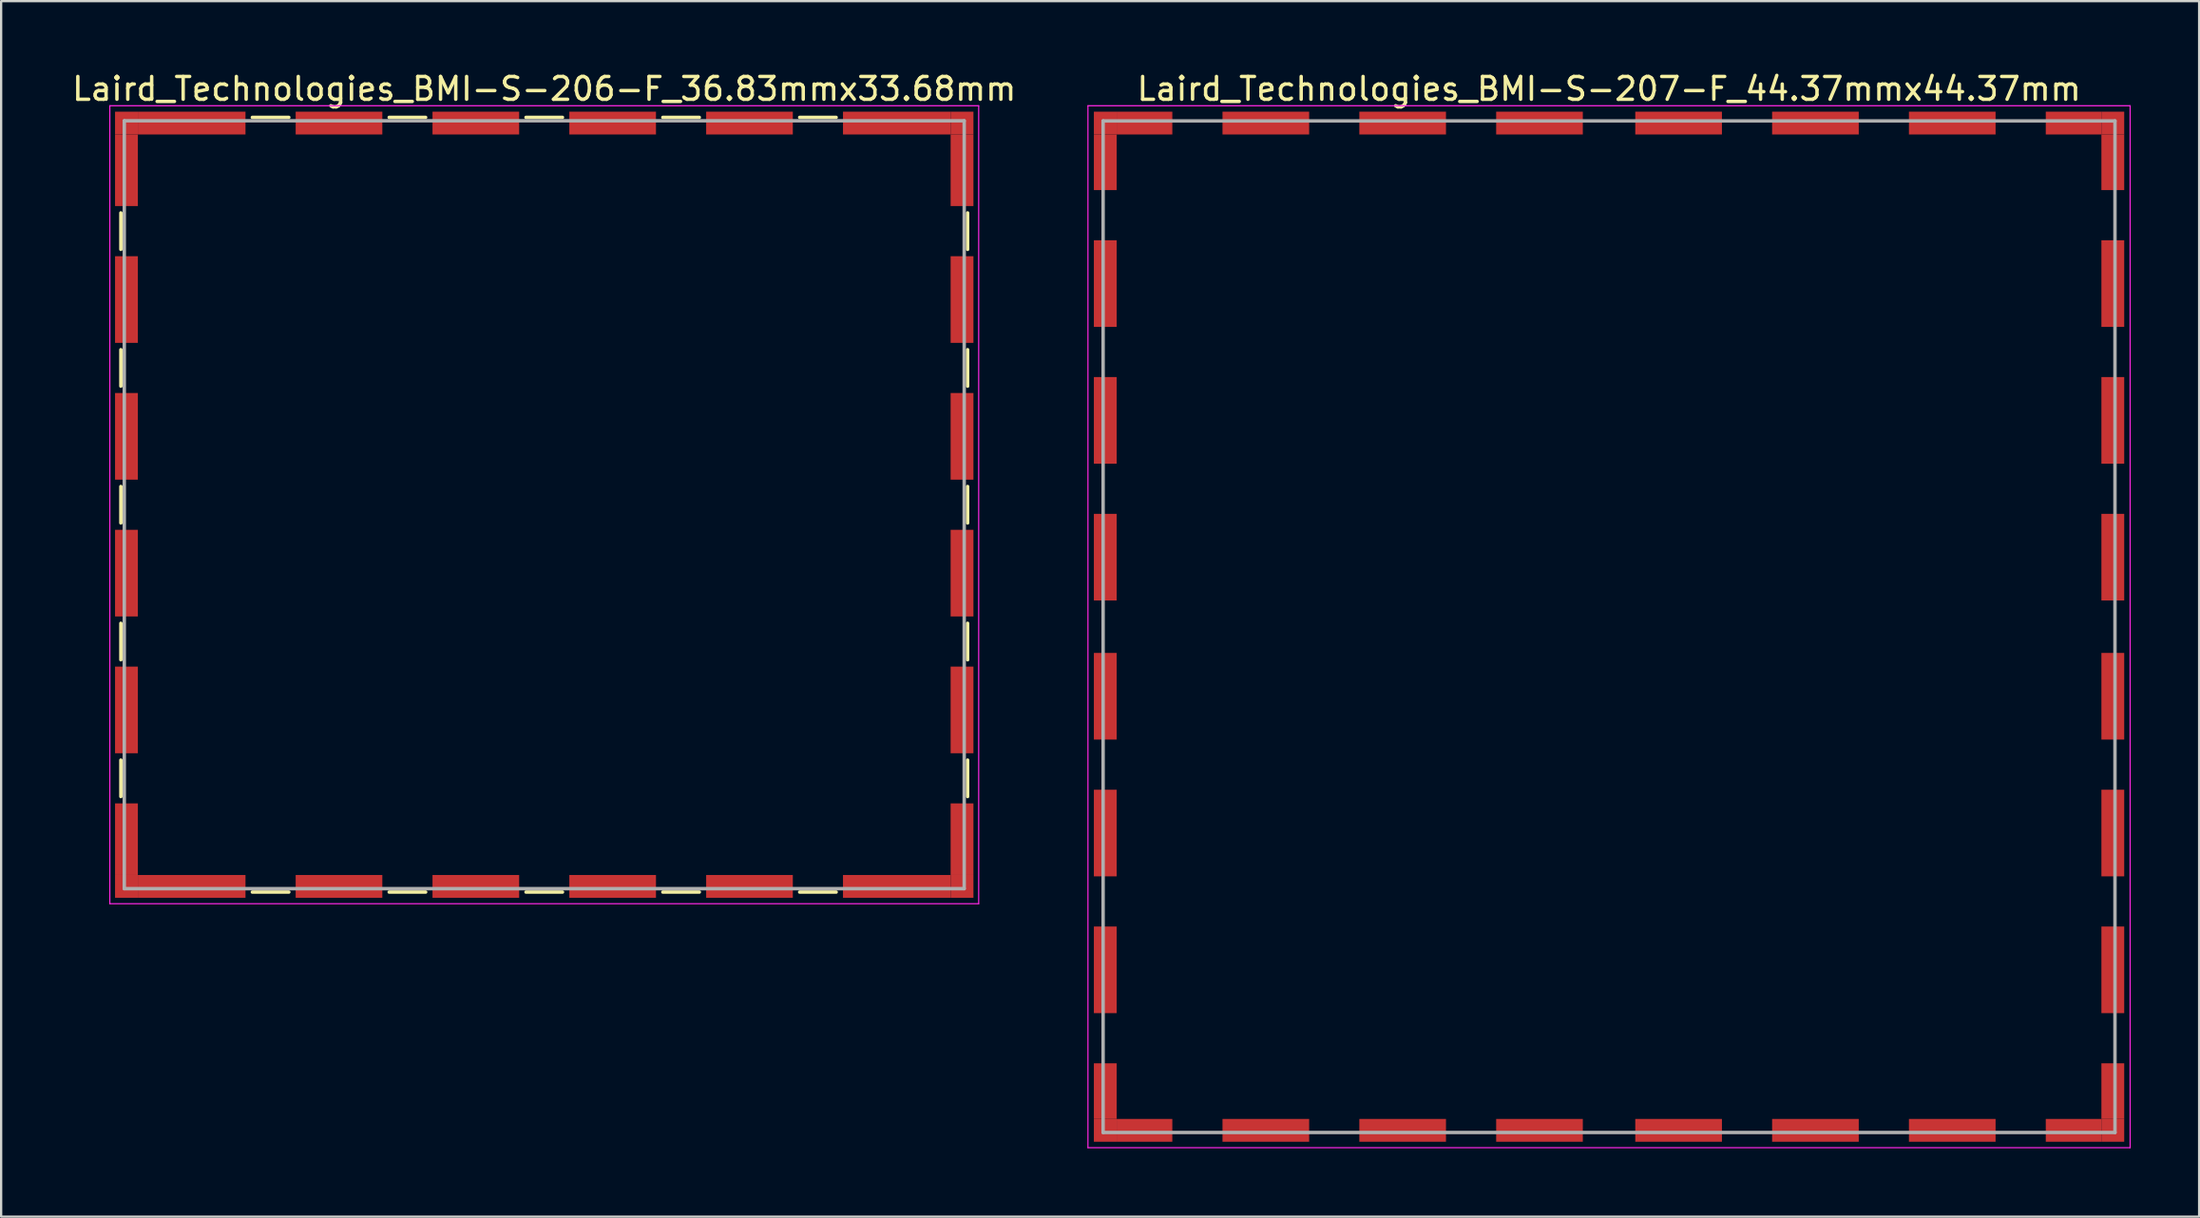
<source format=kicad_pcb>
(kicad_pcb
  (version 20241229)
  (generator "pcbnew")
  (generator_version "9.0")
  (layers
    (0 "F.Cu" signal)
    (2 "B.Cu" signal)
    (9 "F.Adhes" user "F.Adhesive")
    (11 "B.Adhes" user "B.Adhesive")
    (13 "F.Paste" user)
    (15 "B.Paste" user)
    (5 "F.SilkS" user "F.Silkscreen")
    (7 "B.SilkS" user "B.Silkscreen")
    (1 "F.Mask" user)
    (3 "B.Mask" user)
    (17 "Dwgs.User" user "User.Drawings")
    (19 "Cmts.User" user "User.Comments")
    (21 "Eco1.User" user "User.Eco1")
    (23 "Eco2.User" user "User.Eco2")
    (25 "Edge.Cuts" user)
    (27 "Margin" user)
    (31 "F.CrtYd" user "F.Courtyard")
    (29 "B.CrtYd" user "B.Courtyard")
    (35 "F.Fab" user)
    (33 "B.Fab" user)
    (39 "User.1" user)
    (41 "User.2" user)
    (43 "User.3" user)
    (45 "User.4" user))
  (footprint "Laird_Technologies_BMI-S-207-F_44.37mmx44.37mm"
    (layer "F.Cu")
    (at 67.506 24.438)
    (property "Reference" "Laird_Technologies_BMI-S-207-F_44.37mmx44.37mm" (at 0 -23.59 0) (layer "F.SilkS") (effects (font (size 1 1) (thickness 0.15))))
    (attr smd)
    (fp_line (start -22.85 -22.85) (end -22.85 22.85) (stroke (width 0.05) (type solid)) (layer "F.CrtYd"))
    (fp_line (start -22.85 22.85) (end 22.85 22.85) (stroke (width 0.05) (type solid)) (layer "F.CrtYd"))
    (fp_line (start 22.85 -22.85) (end -22.85 -22.85) (stroke (width 0.05) (type solid)) (layer "F.CrtYd"))
    (fp_line (start 22.85 22.85) (end 22.85 -22.85) (stroke (width 0.05) (type solid)) (layer "F.CrtYd"))
    (fp_line (start -22.185 -22.185) (end -22.185 22.185) (stroke (width 0.15) (type solid)) (layer "F.Fab"))
    (fp_line (start -22.185 22.185) (end 22.185 22.185) (stroke (width 0.15) (type solid)) (layer "F.Fab"))
    (fp_line (start 22.185 -22.185) (end -22.185 -22.185) (stroke (width 0.15) (type solid)) (layer "F.Fab"))
    (fp_line (start 22.185 22.185) (end 22.185 -22.185) (stroke (width 0.15) (type solid)) (layer "F.Fab"))
    (pad "1" smd rect (at -22.09 -22.09) (size 1 1) (layers "F.Cu" "F.Mask"))
    (pad "1" smd rect (at -22.09 -20.37) (size 1 2.44) (layers "F.Cu" "F.Mask"))
    (pad "1" smd rect (at -22.09 -15.05) (size 1 3.8) (layers "F.Cu" "F.Mask"))
    (pad "1" smd rect (at -22.09 -9.05) (size 1 3.8) (layers "F.Cu" "F.Mask"))
    (pad "1" smd rect (at -22.09 -3.05) (size 1 3.8) (layers "F.Cu" "F.Mask"))
    (pad "1" smd rect (at -22.09 3.05) (size 1 3.8) (layers "F.Cu" "F.Mask"))
    (pad "1" smd rect (at -22.09 9.05) (size 1 3.8) (layers "F.Cu" "F.Mask"))
    (pad "1" smd rect (at -22.09 15.05) (size 1 3.8) (layers "F.Cu" "F.Mask"))
    (pad "1" smd rect (at -22.09 20.37) (size 1 2.44) (layers "F.Cu" "F.Mask"))
    (pad "1" smd rect (at -22.09 22.09) (size 1 1) (layers "F.Cu" "F.Mask"))
    (pad "1" smd rect (at -20.37 -22.09) (size 2.44 1) (layers "F.Cu" "F.Mask"))
    (pad "1" smd rect (at -20.37 22.09) (size 2.44 1) (layers "F.Cu" "F.Mask"))
    (pad "1" smd rect (at -15.05 -22.09) (size 3.8 1) (layers "F.Cu" "F.Mask"))
    (pad "1" smd rect (at -15.05 22.09) (size 3.8 1) (layers "F.Cu" "F.Mask"))
    (pad "1" smd rect (at -9.05 -22.09) (size 3.8 1) (layers "F.Cu" "F.Mask"))
    (pad "1" smd rect (at -9.05 22.09) (size 3.8 1) (layers "F.Cu" "F.Mask"))
    (pad "1" smd rect (at -3.05 -22.09) (size 3.8 1) (layers "F.Cu" "F.Mask"))
    (pad "1" smd rect (at -3.05 22.09) (size 3.8 1) (layers "F.Cu" "F.Mask"))
    (pad "1" smd rect (at 3.05 -22.09) (size 3.8 1) (layers "F.Cu" "F.Mask"))
    (pad "1" smd rect (at 3.05 22.09) (size 3.8 1) (layers "F.Cu" "F.Mask"))
    (pad "1" smd rect (at 9.05 -22.09) (size 3.8 1) (layers "F.Cu" "F.Mask"))
    (pad "1" smd rect (at 9.05 22.09) (size 3.8 1) (layers "F.Cu" "F.Mask"))
    (pad "1" smd rect (at 15.05 -22.09) (size 3.8 1) (layers "F.Cu" "F.Mask"))
    (pad "1" smd rect (at 15.05 22.09) (size 3.8 1) (layers "F.Cu" "F.Mask"))
    (pad "1" smd rect (at 20.37 -22.09) (size 2.44 1) (layers "F.Cu" "F.Mask"))
    (pad "1" smd rect (at 20.37 22.09) (size 2.44 1) (layers "F.Cu" "F.Mask"))
    (pad "1" smd rect (at 22.09 -22.09) (size 1 1) (layers "F.Cu" "F.Mask"))
    (pad "1" smd rect (at 22.09 -20.37) (size 1 2.44) (layers "F.Cu" "F.Mask"))
    (pad "1" smd rect (at 22.09 -15.05) (size 1 3.8) (layers "F.Cu" "F.Mask"))
    (pad "1" smd rect (at 22.09 -9.05) (size 1 3.8) (layers "F.Cu" "F.Mask"))
    (pad "1" smd rect (at 22.09 -3.05) (size 1 3.8) (layers "F.Cu" "F.Mask"))
    (pad "1" smd rect (at 22.09 3.05) (size 1 3.8) (layers "F.Cu" "F.Mask"))
    (pad "1" smd rect (at 22.09 9.05) (size 1 3.8) (layers "F.Cu" "F.Mask"))
    (pad "1" smd rect (at 22.09 15.05) (size 1 3.8) (layers "F.Cu" "F.Mask"))
    (pad "1" smd rect (at 22.09 20.37) (size 1 2.44) (layers "F.Cu" "F.Mask"))
    (pad "1" smd rect (at 22.09 22.09) (size 1 1) (layers "F.Cu" "F.Mask")))
  (footprint "Laird_Technologies_BMI-S-206-F_36.83mmx33.68mm"
    (layer "F.Cu")
    (at 20.815 19.088)
    (property "Reference" "Laird_Technologies_BMI-S-206-F_36.83mmx33.68mm" (at 0 -18.24 0) (layer "F.SilkS") (effects (font (size 1 1) (thickness 0.15))))
    (attr smd)
    (fp_line (start -18.565 -12.8) (end -18.565 -11.2) (stroke (width 0.15) (type solid)) (layer "F.SilkS"))
    (fp_line (start -18.565 -6.8) (end -18.565 -5.2) (stroke (width 0.15) (type solid)) (layer "F.SilkS"))
    (fp_line (start -18.565 -0.8) (end -18.565 0.8) (stroke (width 0.15) (type solid)) (layer "F.SilkS"))
    (fp_line (start -18.565 5.2) (end -18.565 6.8) (stroke (width 0.15) (type solid)) (layer "F.SilkS"))
    (fp_line (start -18.565 11.2) (end -18.565 12.8) (stroke (width 0.15) (type solid)) (layer "F.SilkS"))
    (fp_line (start -12.8 -16.99) (end -11.2 -16.99) (stroke (width 0.15) (type solid)) (layer "F.SilkS"))
    (fp_line (start -12.8 16.99) (end -11.2 16.99) (stroke (width 0.15) (type solid)) (layer "F.SilkS"))
    (fp_line (start -6.8 -16.99) (end -5.2 -16.99) (stroke (width 0.15) (type solid)) (layer "F.SilkS"))
    (fp_line (start -6.8 16.99) (end -5.2 16.99) (stroke (width 0.15) (type solid)) (layer "F.SilkS"))
    (fp_line (start -0.8 -16.99) (end 0.8 -16.99) (stroke (width 0.15) (type solid)) (layer "F.SilkS"))
    (fp_line (start -0.8 16.99) (end 0.8 16.99) (stroke (width 0.15) (type solid)) (layer "F.SilkS"))
    (fp_line (start 5.2 -16.99) (end 6.8 -16.99) (stroke (width 0.15) (type solid)) (layer "F.SilkS"))
    (fp_line (start 5.2 16.99) (end 6.8 16.99) (stroke (width 0.15) (type solid)) (layer "F.SilkS"))
    (fp_line (start 11.2 -16.99) (end 12.8 -16.99) (stroke (width 0.15) (type solid)) (layer "F.SilkS"))
    (fp_line (start 11.2 16.99) (end 12.8 16.99) (stroke (width 0.15) (type solid)) (layer "F.SilkS"))
    (fp_line (start 18.565 -12.8) (end 18.565 -11.2) (stroke (width 0.15) (type solid)) (layer "F.SilkS"))
    (fp_line (start 18.565 -6.8) (end 18.565 -5.2) (stroke (width 0.15) (type solid)) (layer "F.SilkS"))
    (fp_line (start 18.565 -0.8) (end 18.565 0.8) (stroke (width 0.15) (type solid)) (layer "F.SilkS"))
    (fp_line (start 18.565 5.2) (end 18.565 6.8) (stroke (width 0.15) (type solid)) (layer "F.SilkS"))
    (fp_line (start 18.565 11.2) (end 18.565 12.8) (stroke (width 0.15) (type solid)) (layer "F.SilkS"))
    (fp_line (start -19.05 -17.5) (end -19.05 17.5) (stroke (width 0.05) (type solid)) (layer "F.CrtYd"))
    (fp_line (start -19.05 17.5) (end 19.05 17.5) (stroke (width 0.05) (type solid)) (layer "F.CrtYd"))
    (fp_line (start 19.05 -17.5) (end -19.05 -17.5) (stroke (width 0.05) (type solid)) (layer "F.CrtYd"))
    (fp_line (start 19.05 17.5) (end 19.05 -17.5) (stroke (width 0.05) (type solid)) (layer "F.CrtYd"))
    (fp_line (start -18.415 -16.84) (end -18.415 16.84) (stroke (width 0.15) (type solid)) (layer "F.Fab"))
    (fp_line (start -18.415 16.84) (end 18.415 16.84) (stroke (width 0.15) (type solid)) (layer "F.Fab"))
    (fp_line (start 18.415 -16.84) (end -18.415 -16.84) (stroke (width 0.15) (type solid)) (layer "F.Fab"))
    (fp_line (start 18.415 16.84) (end 18.415 -16.84) (stroke (width 0.15) (type solid)) (layer "F.Fab"))
    (pad "1" smd rect (at -18.32 -16.74) (size 1 1) (layers "F.Cu" "F.Mask"))
    (pad "1" smd rect (at -18.32 -14.67) (size 1 3.14) (layers "F.Cu" "F.Mask"))
    (pad "1" smd rect (at -18.32 -9) (size 1 3.8) (layers "F.Cu" "F.Mask"))
    (pad "1" smd rect (at -18.32 -3) (size 1 3.8) (layers "F.Cu" "F.Mask"))
    (pad "1" smd rect (at -18.32 3) (size 1 3.8) (layers "F.Cu" "F.Mask"))
    (pad "1" smd rect (at -18.32 9) (size 1 3.8) (layers "F.Cu" "F.Mask"))
    (pad "1" smd rect (at -18.32 14.67) (size 1 3.14) (layers "F.Cu" "F.Mask"))
    (pad "1" smd rect (at -18.32 16.74) (size 1 1) (layers "F.Cu" "F.Mask"))
    (pad "1" smd rect (at -15.46 -16.74) (size 4.72 1) (layers "F.Cu" "F.Mask"))
    (pad "1" smd rect (at -15.46 16.74) (size 4.72 1) (layers "F.Cu" "F.Mask"))
    (pad "1" smd rect (at -9 -16.74) (size 3.8 1) (layers "F.Cu" "F.Mask"))
    (pad "1" smd rect (at -9 16.74) (size 3.8 1) (layers "F.Cu" "F.Mask"))
    (pad "1" smd rect (at -3 -16.74) (size 3.8 1) (layers "F.Cu" "F.Mask"))
    (pad "1" smd rect (at -3 16.74) (size 3.8 1) (layers "F.Cu" "F.Mask"))
    (pad "1" smd rect (at 3 -16.74) (size 3.8 1) (layers "F.Cu" "F.Mask"))
    (pad "1" smd rect (at 3 16.74) (size 3.8 1) (layers "F.Cu" "F.Mask"))
    (pad "1" smd rect (at 9 -16.74) (size 3.8 1) (layers "F.Cu" "F.Mask"))
    (pad "1" smd rect (at 9 16.74) (size 3.8 1) (layers "F.Cu" "F.Mask"))
    (pad "1" smd rect (at 15.46 -16.74) (size 4.72 1) (layers "F.Cu" "F.Mask"))
    (pad "1" smd rect (at 15.46 16.74) (size 4.72 1) (layers "F.Cu" "F.Mask"))
    (pad "1" smd rect (at 18.32 -16.74) (size 1 1) (layers "F.Cu" "F.Mask"))
    (pad "1" smd rect (at 18.32 -14.67) (size 1 3.14) (layers "F.Cu" "F.Mask"))
    (pad "1" smd rect (at 18.32 -9) (size 1 3.8) (layers "F.Cu" "F.Mask"))
    (pad "1" smd rect (at 18.32 -3) (size 1 3.8) (layers "F.Cu" "F.Mask"))
    (pad "1" smd rect (at 18.32 3) (size 1 3.8) (layers "F.Cu" "F.Mask"))
    (pad "1" smd rect (at 18.32 9) (size 1 3.8) (layers "F.Cu" "F.Mask"))
    (pad "1" smd rect (at 18.32 14.67) (size 1 3.14) (layers "F.Cu" "F.Mask"))
    (pad "1" smd rect (at 18.32 16.74) (size 1 1) (layers "F.Cu" "F.Mask")))
  (gr_rect
    (start -3 -3)
    (end 93.381 50.313)
    (stroke (width 0.1) (type default))
    (fill no)
    (layer "Edge.Cuts")))
</source>
